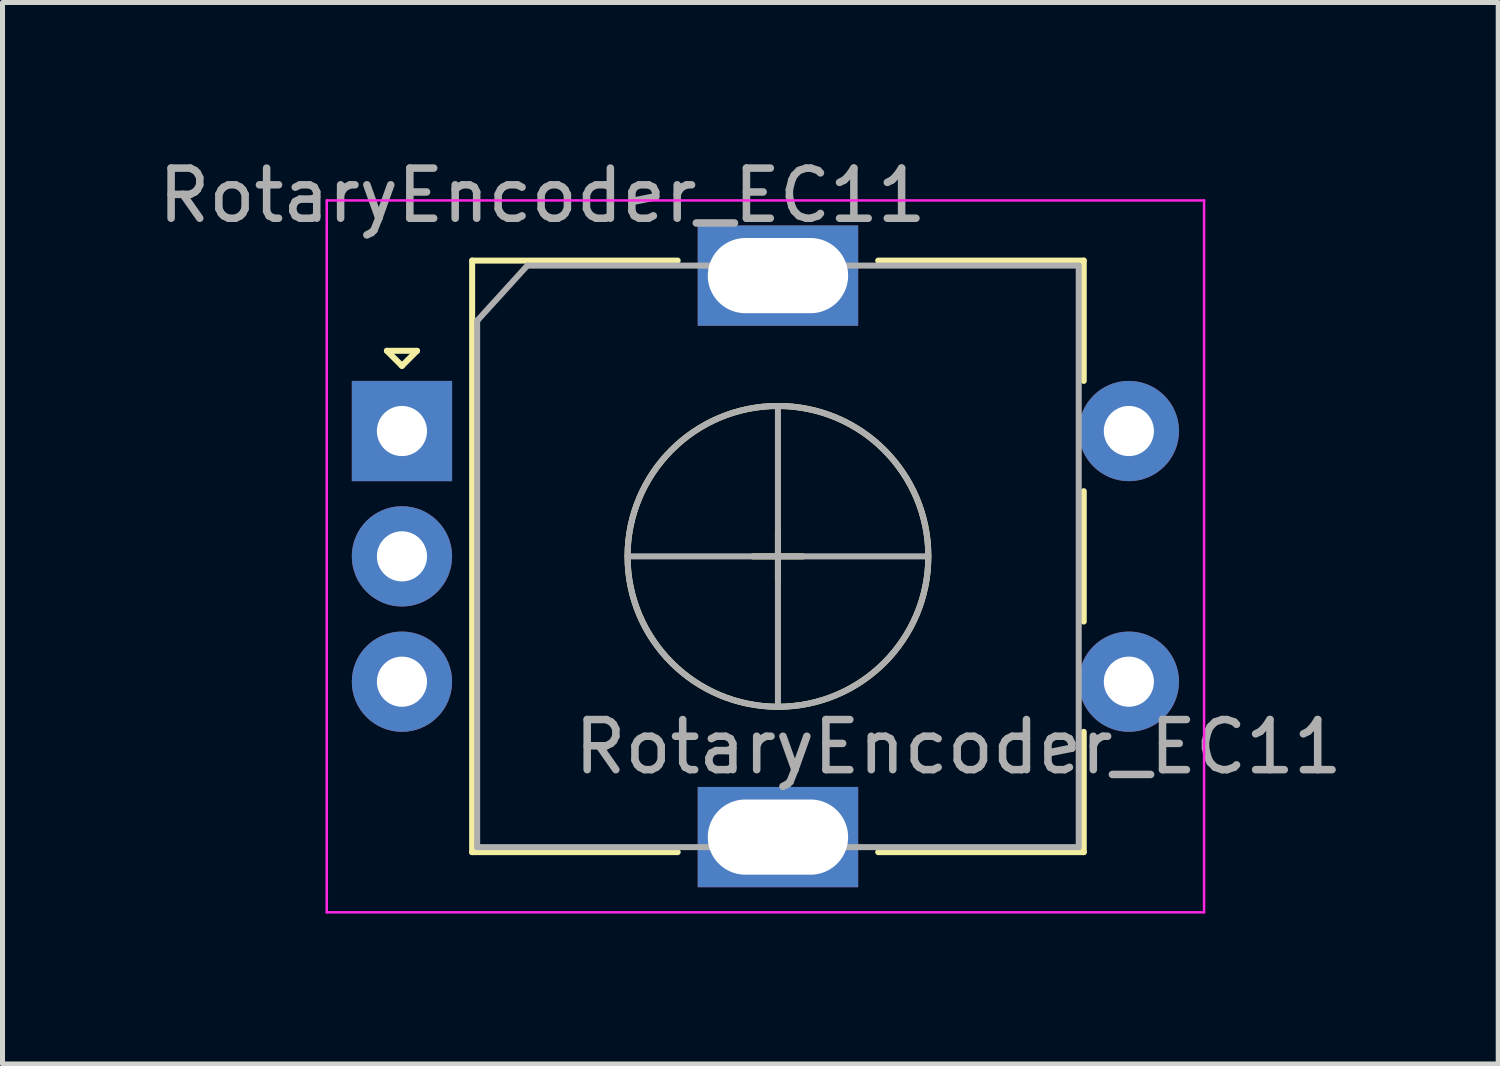
<source format=kicad_pcb>
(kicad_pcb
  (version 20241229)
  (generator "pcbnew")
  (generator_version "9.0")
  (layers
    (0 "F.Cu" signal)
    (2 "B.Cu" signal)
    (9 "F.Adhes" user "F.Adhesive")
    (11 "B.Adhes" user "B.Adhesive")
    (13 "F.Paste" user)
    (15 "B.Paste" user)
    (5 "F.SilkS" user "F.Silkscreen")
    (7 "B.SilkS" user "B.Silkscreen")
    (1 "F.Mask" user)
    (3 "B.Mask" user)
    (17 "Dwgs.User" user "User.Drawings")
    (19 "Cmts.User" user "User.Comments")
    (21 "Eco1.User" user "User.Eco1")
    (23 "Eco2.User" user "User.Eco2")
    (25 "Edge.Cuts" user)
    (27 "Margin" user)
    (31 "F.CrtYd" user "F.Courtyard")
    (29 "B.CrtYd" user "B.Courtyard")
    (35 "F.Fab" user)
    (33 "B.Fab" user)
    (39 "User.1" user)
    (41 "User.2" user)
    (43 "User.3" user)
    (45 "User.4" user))
  (footprint "RotaryEncoder_EC11"
    (layer "F.Cu")
    (at 12.468 8.048)
    (property "Reference" "RotaryEncoder_EC11" (at -4.7 -7.2 0) (layer "F.Fab") (effects (font (size 1 1) (thickness 0.15))))
    (attr through_hole)
    (fp_line (start -7.8 -4.1) (end -7.2 -4.1) (stroke (width 0.12) (type solid)) (layer "F.SilkS"))
    (fp_line (start -7.5 -3.8) (end -7.8 -4.1) (stroke (width 0.12) (type solid)) (layer "F.SilkS"))
    (fp_line (start -7.2 -4.1) (end -7.5 -3.8) (stroke (width 0.12) (type solid)) (layer "F.SilkS"))
    (fp_line (start -6.1 -5.9) (end -6.1 5.9) (stroke (width 0.12) (type solid)) (layer "F.SilkS"))
    (fp_line (start -2 -5.9) (end -6.1 -5.9) (stroke (width 0.12) (type solid)) (layer "F.SilkS"))
    (fp_line (start -2 5.9) (end -6.1 5.9) (stroke (width 0.12) (type solid)) (layer "F.SilkS"))
    (fp_line (start -0.5 0) (end 0.5 0) (stroke (width 0.12) (type solid)) (layer "F.SilkS"))
    (fp_line (start 0 -0.5) (end 0 0.5) (stroke (width 0.12) (type solid)) (layer "F.SilkS"))
    (fp_line (start 2 -5.9) (end 6.1 -5.9) (stroke (width 0.12) (type solid)) (layer "F.SilkS"))
    (fp_line (start 6.1 -5.9) (end 6.1 -3.5) (stroke (width 0.12) (type solid)) (layer "F.SilkS"))
    (fp_line (start 6.1 -1.3) (end 6.1 1.3) (stroke (width 0.12) (type solid)) (layer "F.SilkS"))
    (fp_line (start 6.1 3.5) (end 6.1 5.9) (stroke (width 0.12) (type solid)) (layer "F.SilkS"))
    (fp_line (start 6.1 5.9) (end 2 5.9) (stroke (width 0.12) (type solid)) (layer "F.SilkS"))
    (fp_circle (center 0 0) (end 3 0) (stroke (width 0.12) (type solid)) (fill no) (layer "F.SilkS"))
    (fp_line (start -9 -7.1) (end -9 7.1) (stroke (width 0.05) (type solid)) (layer "F.CrtYd"))
    (fp_line (start -9 -7.1) (end 8.5 -7.1) (stroke (width 0.05) (type solid)) (layer "F.CrtYd"))
    (fp_line (start 8.5 7.1) (end -9 7.1) (stroke (width 0.05) (type solid)) (layer "F.CrtYd"))
    (fp_line (start 8.5 7.1) (end 8.5 -7.1) (stroke (width 0.05) (type solid)) (layer "F.CrtYd"))
    (fp_line (start -6 -4.7) (end -5 -5.8) (stroke (width 0.12) (type solid)) (layer "F.Fab"))
    (fp_line (start -6 5.8) (end -6 -4.7) (stroke (width 0.12) (type solid)) (layer "F.Fab"))
    (fp_line (start -5 -5.8) (end 6 -5.8) (stroke (width 0.12) (type solid)) (layer "F.Fab"))
    (fp_line (start -3 0) (end 3 0) (stroke (width 0.12) (type solid)) (layer "F.Fab"))
    (fp_line (start 0 -3) (end 0 3) (stroke (width 0.12) (type solid)) (layer "F.Fab"))
    (fp_line (start 6 -5.8) (end 6 5.8) (stroke (width 0.12) (type solid)) (layer "F.Fab"))
    (fp_line (start 6 5.8) (end -6 5.8) (stroke (width 0.12) (type solid)) (layer "F.Fab"))
    (fp_circle (center 0 0) (end 3 0) (stroke (width 0.12) (type solid)) (fill no) (layer "F.Fab"))
    (fp_text user "${REFERENCE}" (at 3.6 3.8 0) (layer "F.Fab") (effects (font (size 1 1) (thickness 0.15))))
    (pad "" np_thru_hole rect (at 0 -5.6) (size 3.2 2) (drill oval 2.8 1.5) (layers "*.Cu" "*.Mask"))
    (pad "" np_thru_hole rect (at 0 5.6) (size 3.2 2) (drill oval 2.8 1.5) (layers "*.Cu" "*.Mask"))
    (pad "A" thru_hole rect (at -7.5 -2.5) (size 2 2) (drill 1) (layers "*.Cu" "*.Mask"))
    (pad "B" thru_hole circle (at -7.5 2.5) (size 2 2) (drill 1) (layers "*.Cu" "*.Mask"))
    (pad "C" thru_hole circle (at -7.5 0) (size 2 2) (drill 1) (layers "*.Cu" "*.Mask"))
    (pad "S1" thru_hole circle (at 7 2.5) (size 2 2) (drill 1) (layers "*.Cu" "*.Mask"))
    (pad "S2" thru_hole circle (at 7 -2.5) (size 2 2) (drill 1) (layers "*.Cu" "*.Mask")))
  (gr_rect
    (start -3 -3)
    (end 26.836 18.173)
    (stroke (width 0.1) (type default))
    (fill no)
    (layer "Edge.Cuts")))
</source>
